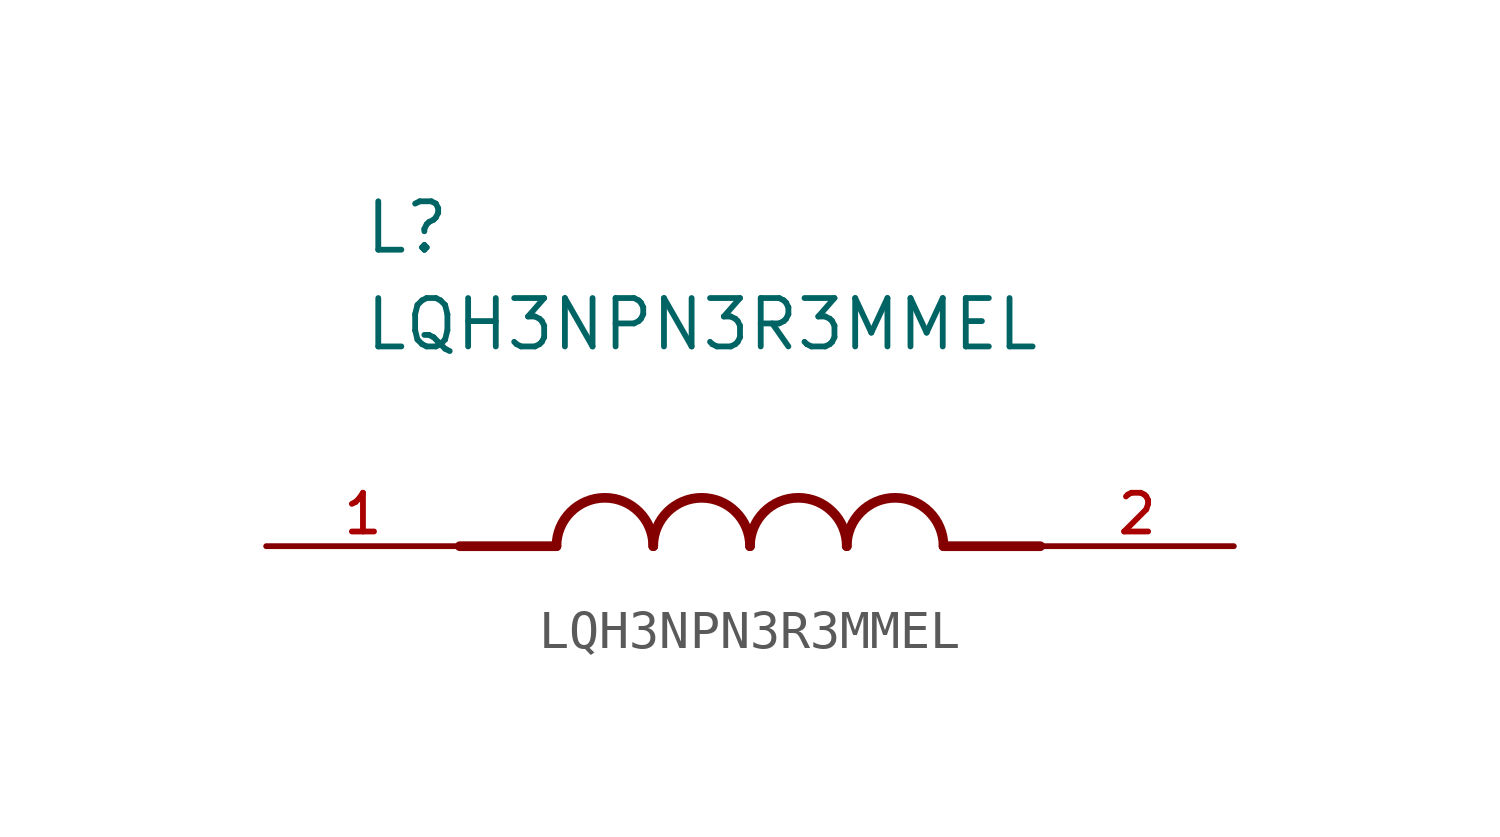
<source format=kicad_sym>
(kicad_symbol_lib
  (version 20211014)
  (generator kicad_symbol_editor)
  (symbol "LQH3NPN3R3MMEL"
    (pin_names
      (offset 1.016))
    (property "Reference" "L"
      (at -10.16 7.62 0)
      (effects (font (size 1.27 1.27)) (justify bottom left)))
    (property "Value" "LQH3NPN3R3MMEL"
      (at -10.16 5.08 0)
      (effects (font (size 1.27 1.27)) (justify bottom left)))
    (symbol "LQH3NPN3R3MMEL_0_0"
      (polyline (pts (xy -5.08 0.0) (xy -7.62 0.0)) (stroke (width 0.254)))
      (polyline (pts (xy 5.08 0.0) (xy 7.62 0.0)) (stroke (width 0.254)))
      (arc (start -2.54 0.0) (mid -3.81 1.27) (end -5.08 0.0) (stroke (width 0.254) (type default) (color 0 0 0 0)) (fill (type none)))
      (arc (start 0.0 0.0) (mid -1.27 1.27) (end -2.54 0.0) (stroke (width 0.254) (type default) (color 0 0 0 0)) (fill (type none)))
      (arc (start 2.54 0.0) (mid 1.27 1.27) (end 0.0 0.0) (stroke (width 0.254) (type default) (color 0 0 0 0)) (fill (type none)))
      (arc (start 5.08 0.0) (mid 3.81 1.27) (end 2.54 0.0) (stroke (width 0.254) (type default) (color 0 0 0 0)) (fill (type none)))
      (pin passive line (at -12.7 0.0 0) (length 5.08) (name "~" (effects (font (size 1.016 1.016)))) (number "1" (effects (font (size 1.016 1.016)))))
      (pin passive line (at 12.7 0.0 180.0) (length 5.08) (name "~" (effects (font (size 1.016 1.016)))) (number "2" (effects (font (size 1.016 1.016))))))))
</source>
